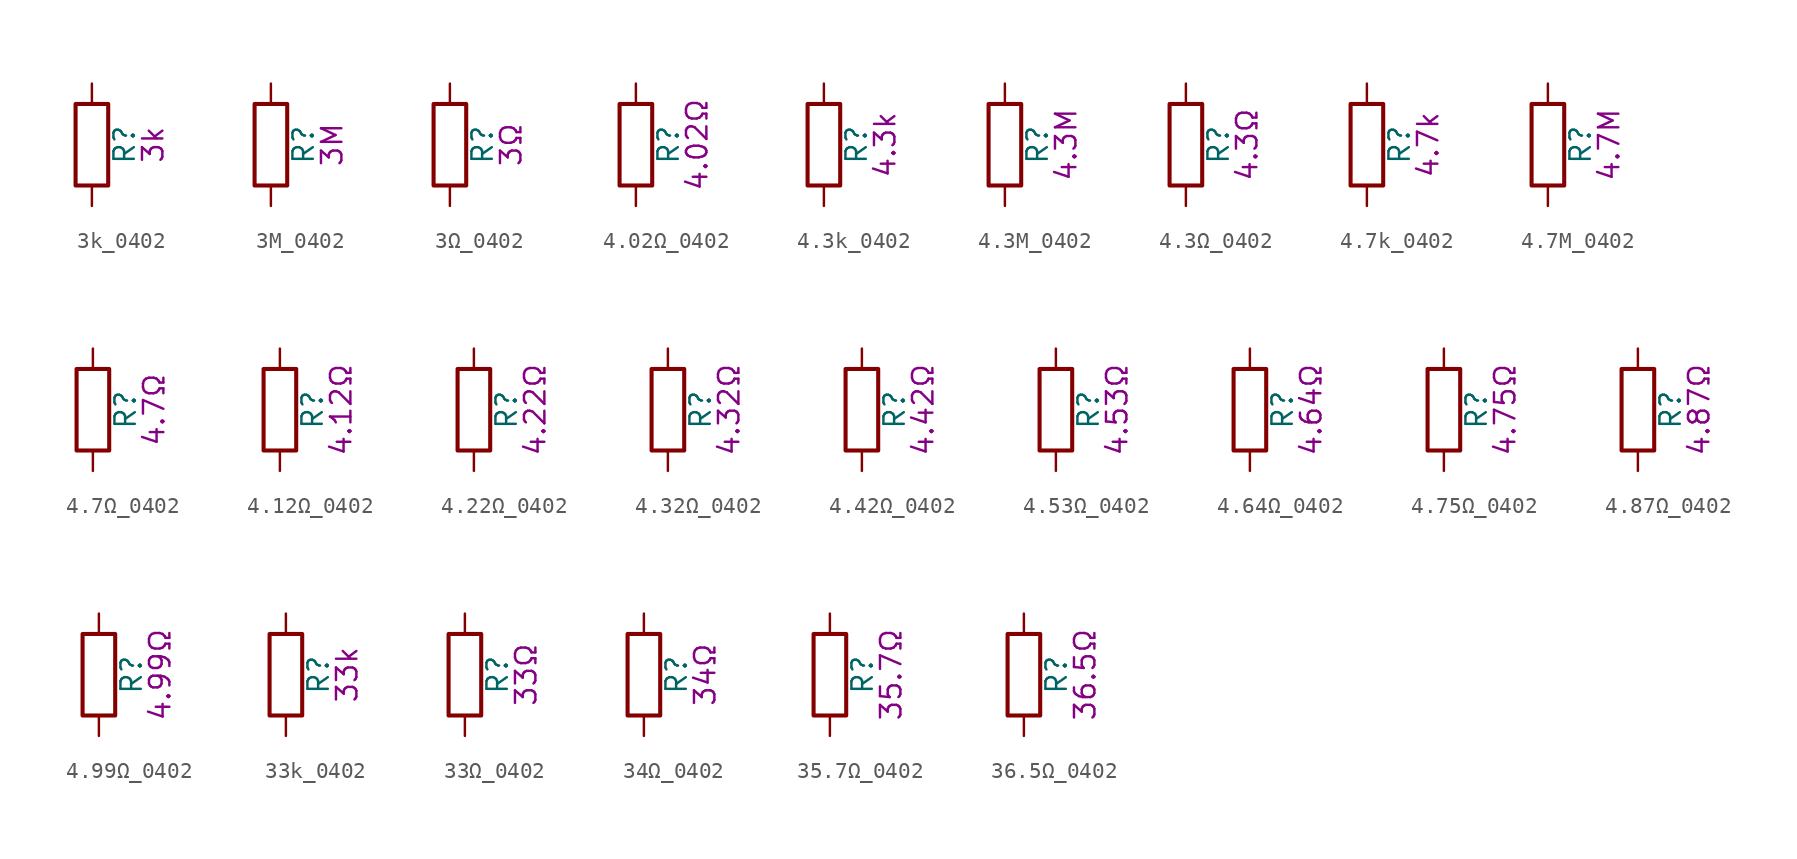
<source format=kicad_sym>
(kicad_symbol_lib
  (version 20211014)
  (generator kicad_symbol_editor)
  (symbol "3k_0402"
    (pin_numbers hide)
    (pin_names
      (offset 0))
    (property "Reference" "R"
      (at 2.032 0 90)
      (effects (font (size 1.27 1.27))))
    (property "Display" "3k"
      (at 3.81 0 90)
      (effects (font (size 1.27 1.27))))
    (symbol "3k_0402_0_1"
      (rectangle (start -1.016 -2.54) (end 1.016 2.54) (stroke (width 0.254) (type default) (color 0 0 0 0)) (fill (type none))))
    (symbol "3k_0402_1_1"
      (pin passive line (at 0 3.81 270) (length 1.27) (name "~" (effects (font (size 1.27 1.27)))) (number "1" (effects (font (size 1.27 1.27)))))
      (pin passive line (at 0 -3.81 90) (length 1.27) (name "~" (effects (font (size 1.27 1.27)))) (number "2" (effects (font (size 1.27 1.27)))))))
  (symbol "3M_0402"
    (pin_numbers hide)
    (pin_names
      (offset 0))
    (property "Reference" "R"
      (at 2.032 0 90)
      (effects (font (size 1.27 1.27))))
    (property "Display" "3M"
      (at 3.81 0 90)
      (effects (font (size 1.27 1.27))))
    (symbol "3M_0402_0_1"
      (rectangle (start -1.016 -2.54) (end 1.016 2.54) (stroke (width 0.254) (type default) (color 0 0 0 0)) (fill (type none))))
    (symbol "3M_0402_1_1"
      (pin passive line (at 0 3.81 270) (length 1.27) (name "~" (effects (font (size 1.27 1.27)))) (number "1" (effects (font (size 1.27 1.27)))))
      (pin passive line (at 0 -3.81 90) (length 1.27) (name "~" (effects (font (size 1.27 1.27)))) (number "2" (effects (font (size 1.27 1.27)))))))
  (symbol "3Ω_0402"
    (pin_numbers hide)
    (pin_names
      (offset 0))
    (property "Reference" "R"
      (at 2.032 0 90)
      (effects (font (size 1.27 1.27))))
    (property "Display" "3Ω"
      (at 3.81 0 90)
      (effects (font (size 1.27 1.27))))
    (symbol "3Ω_0402_0_1"
      (rectangle (start -1.016 -2.54) (end 1.016 2.54) (stroke (width 0.254) (type default) (color 0 0 0 0)) (fill (type none))))
    (symbol "3Ω_0402_1_1"
      (pin passive line (at 0 3.81 270) (length 1.27) (name "~" (effects (font (size 1.27 1.27)))) (number "1" (effects (font (size 1.27 1.27)))))
      (pin passive line (at 0 -3.81 90) (length 1.27) (name "~" (effects (font (size 1.27 1.27)))) (number "2" (effects (font (size 1.27 1.27)))))))
  (symbol "4.02Ω_0402"
    (pin_numbers hide)
    (pin_names
      (offset 0))
    (property "Reference" "R"
      (at 2.032 0 90)
      (effects (font (size 1.27 1.27))))
    (property "Display" "4.02Ω"
      (at 3.81 0 90)
      (effects (font (size 1.27 1.27))))
    (symbol "4.02Ω_0402_0_1"
      (rectangle (start -1.016 -2.54) (end 1.016 2.54) (stroke (width 0.254) (type default) (color 0 0 0 0)) (fill (type none))))
    (symbol "4.02Ω_0402_1_1"
      (pin passive line (at 0 3.81 270) (length 1.27) (name "~" (effects (font (size 1.27 1.27)))) (number "1" (effects (font (size 1.27 1.27)))))
      (pin passive line (at 0 -3.81 90) (length 1.27) (name "~" (effects (font (size 1.27 1.27)))) (number "2" (effects (font (size 1.27 1.27)))))))
  (symbol "4.3k_0402"
    (pin_numbers hide)
    (pin_names
      (offset 0))
    (property "Reference" "R"
      (at 2.032 0 90)
      (effects (font (size 1.27 1.27))))
    (property "Display" "4.3k"
      (at 3.81 0 90)
      (effects (font (size 1.27 1.27))))
    (symbol "4.3k_0402_0_1"
      (rectangle (start -1.016 -2.54) (end 1.016 2.54) (stroke (width 0.254) (type default) (color 0 0 0 0)) (fill (type none))))
    (symbol "4.3k_0402_1_1"
      (pin passive line (at 0 3.81 270) (length 1.27) (name "~" (effects (font (size 1.27 1.27)))) (number "1" (effects (font (size 1.27 1.27)))))
      (pin passive line (at 0 -3.81 90) (length 1.27) (name "~" (effects (font (size 1.27 1.27)))) (number "2" (effects (font (size 1.27 1.27)))))))
  (symbol "4.3M_0402"
    (pin_numbers hide)
    (pin_names
      (offset 0))
    (property "Reference" "R"
      (at 2.032 0 90)
      (effects (font (size 1.27 1.27))))
    (property "Display" "4.3M"
      (at 3.81 0 90)
      (effects (font (size 1.27 1.27))))
    (symbol "4.3M_0402_0_1"
      (rectangle (start -1.016 -2.54) (end 1.016 2.54) (stroke (width 0.254) (type default) (color 0 0 0 0)) (fill (type none))))
    (symbol "4.3M_0402_1_1"
      (pin passive line (at 0 3.81 270) (length 1.27) (name "~" (effects (font (size 1.27 1.27)))) (number "1" (effects (font (size 1.27 1.27)))))
      (pin passive line (at 0 -3.81 90) (length 1.27) (name "~" (effects (font (size 1.27 1.27)))) (number "2" (effects (font (size 1.27 1.27)))))))
  (symbol "4.3Ω_0402"
    (pin_numbers hide)
    (pin_names
      (offset 0))
    (property "Reference" "R"
      (at 2.032 0 90)
      (effects (font (size 1.27 1.27))))
    (property "Display" "4.3Ω"
      (at 3.81 0 90)
      (effects (font (size 1.27 1.27))))
    (symbol "4.3Ω_0402_0_1"
      (rectangle (start -1.016 -2.54) (end 1.016 2.54) (stroke (width 0.254) (type default) (color 0 0 0 0)) (fill (type none))))
    (symbol "4.3Ω_0402_1_1"
      (pin passive line (at 0 3.81 270) (length 1.27) (name "~" (effects (font (size 1.27 1.27)))) (number "1" (effects (font (size 1.27 1.27)))))
      (pin passive line (at 0 -3.81 90) (length 1.27) (name "~" (effects (font (size 1.27 1.27)))) (number "2" (effects (font (size 1.27 1.27)))))))
  (symbol "4.7k_0402"
    (pin_numbers hide)
    (pin_names
      (offset 0))
    (property "Reference" "R"
      (at 2.032 0 90)
      (effects (font (size 1.27 1.27))))
    (property "Display" "4.7k"
      (at 3.81 0 90)
      (effects (font (size 1.27 1.27))))
    (symbol "4.7k_0402_0_1"
      (rectangle (start -1.016 -2.54) (end 1.016 2.54) (stroke (width 0.254) (type default) (color 0 0 0 0)) (fill (type none))))
    (symbol "4.7k_0402_1_1"
      (pin passive line (at 0 3.81 270) (length 1.27) (name "~" (effects (font (size 1.27 1.27)))) (number "1" (effects (font (size 1.27 1.27)))))
      (pin passive line (at 0 -3.81 90) (length 1.27) (name "~" (effects (font (size 1.27 1.27)))) (number "2" (effects (font (size 1.27 1.27)))))))
  (symbol "4.7M_0402"
    (pin_numbers hide)
    (pin_names
      (offset 0))
    (property "Reference" "R"
      (at 2.032 0 90)
      (effects (font (size 1.27 1.27))))
    (property "Display" "4.7M"
      (at 3.81 0 90)
      (effects (font (size 1.27 1.27))))
    (symbol "4.7M_0402_0_1"
      (rectangle (start -1.016 -2.54) (end 1.016 2.54) (stroke (width 0.254) (type default) (color 0 0 0 0)) (fill (type none))))
    (symbol "4.7M_0402_1_1"
      (pin passive line (at 0 3.81 270) (length 1.27) (name "~" (effects (font (size 1.27 1.27)))) (number "1" (effects (font (size 1.27 1.27)))))
      (pin passive line (at 0 -3.81 90) (length 1.27) (name "~" (effects (font (size 1.27 1.27)))) (number "2" (effects (font (size 1.27 1.27)))))))
  (symbol "4.7Ω_0402"
    (pin_numbers hide)
    (pin_names
      (offset 0))
    (property "Reference" "R"
      (at 2.032 0 90)
      (effects (font (size 1.27 1.27))))
    (property "Display" "4.7Ω"
      (at 3.81 0 90)
      (effects (font (size 1.27 1.27))))
    (symbol "4.7Ω_0402_0_1"
      (rectangle (start -1.016 -2.54) (end 1.016 2.54) (stroke (width 0.254) (type default) (color 0 0 0 0)) (fill (type none))))
    (symbol "4.7Ω_0402_1_1"
      (pin passive line (at 0 3.81 270) (length 1.27) (name "~" (effects (font (size 1.27 1.27)))) (number "1" (effects (font (size 1.27 1.27)))))
      (pin passive line (at 0 -3.81 90) (length 1.27) (name "~" (effects (font (size 1.27 1.27)))) (number "2" (effects (font (size 1.27 1.27)))))))
  (symbol "4.12Ω_0402"
    (pin_numbers hide)
    (pin_names
      (offset 0))
    (property "Reference" "R"
      (at 2.032 0 90)
      (effects (font (size 1.27 1.27))))
    (property "Display" "4.12Ω"
      (at 3.81 0 90)
      (effects (font (size 1.27 1.27))))
    (symbol "4.12Ω_0402_0_1"
      (rectangle (start -1.016 -2.54) (end 1.016 2.54) (stroke (width 0.254) (type default) (color 0 0 0 0)) (fill (type none))))
    (symbol "4.12Ω_0402_1_1"
      (pin passive line (at 0 3.81 270) (length 1.27) (name "~" (effects (font (size 1.27 1.27)))) (number "1" (effects (font (size 1.27 1.27)))))
      (pin passive line (at 0 -3.81 90) (length 1.27) (name "~" (effects (font (size 1.27 1.27)))) (number "2" (effects (font (size 1.27 1.27)))))))
  (symbol "4.22Ω_0402"
    (pin_numbers hide)
    (pin_names
      (offset 0))
    (property "Reference" "R"
      (at 2.032 0 90)
      (effects (font (size 1.27 1.27))))
    (property "Display" "4.22Ω"
      (at 3.81 0 90)
      (effects (font (size 1.27 1.27))))
    (symbol "4.22Ω_0402_0_1"
      (rectangle (start -1.016 -2.54) (end 1.016 2.54) (stroke (width 0.254) (type default) (color 0 0 0 0)) (fill (type none))))
    (symbol "4.22Ω_0402_1_1"
      (pin passive line (at 0 3.81 270) (length 1.27) (name "~" (effects (font (size 1.27 1.27)))) (number "1" (effects (font (size 1.27 1.27)))))
      (pin passive line (at 0 -3.81 90) (length 1.27) (name "~" (effects (font (size 1.27 1.27)))) (number "2" (effects (font (size 1.27 1.27)))))))
  (symbol "4.32Ω_0402"
    (pin_numbers hide)
    (pin_names
      (offset 0))
    (property "Reference" "R"
      (at 2.032 0 90)
      (effects (font (size 1.27 1.27))))
    (property "Display" "4.32Ω"
      (at 3.81 0 90)
      (effects (font (size 1.27 1.27))))
    (symbol "4.32Ω_0402_0_1"
      (rectangle (start -1.016 -2.54) (end 1.016 2.54) (stroke (width 0.254) (type default) (color 0 0 0 0)) (fill (type none))))
    (symbol "4.32Ω_0402_1_1"
      (pin passive line (at 0 3.81 270) (length 1.27) (name "~" (effects (font (size 1.27 1.27)))) (number "1" (effects (font (size 1.27 1.27)))))
      (pin passive line (at 0 -3.81 90) (length 1.27) (name "~" (effects (font (size 1.27 1.27)))) (number "2" (effects (font (size 1.27 1.27)))))))
  (symbol "4.42Ω_0402"
    (pin_numbers hide)
    (pin_names
      (offset 0))
    (property "Reference" "R"
      (at 2.032 0 90)
      (effects (font (size 1.27 1.27))))
    (property "Display" "4.42Ω"
      (at 3.81 0 90)
      (effects (font (size 1.27 1.27))))
    (symbol "4.42Ω_0402_0_1"
      (rectangle (start -1.016 -2.54) (end 1.016 2.54) (stroke (width 0.254) (type default) (color 0 0 0 0)) (fill (type none))))
    (symbol "4.42Ω_0402_1_1"
      (pin passive line (at 0 3.81 270) (length 1.27) (name "~" (effects (font (size 1.27 1.27)))) (number "1" (effects (font (size 1.27 1.27)))))
      (pin passive line (at 0 -3.81 90) (length 1.27) (name "~" (effects (font (size 1.27 1.27)))) (number "2" (effects (font (size 1.27 1.27)))))))
  (symbol "4.53Ω_0402"
    (pin_numbers hide)
    (pin_names
      (offset 0))
    (property "Reference" "R"
      (at 2.032 0 90)
      (effects (font (size 1.27 1.27))))
    (property "Display" "4.53Ω"
      (at 3.81 0 90)
      (effects (font (size 1.27 1.27))))
    (symbol "4.53Ω_0402_0_1"
      (rectangle (start -1.016 -2.54) (end 1.016 2.54) (stroke (width 0.254) (type default) (color 0 0 0 0)) (fill (type none))))
    (symbol "4.53Ω_0402_1_1"
      (pin passive line (at 0 3.81 270) (length 1.27) (name "~" (effects (font (size 1.27 1.27)))) (number "1" (effects (font (size 1.27 1.27)))))
      (pin passive line (at 0 -3.81 90) (length 1.27) (name "~" (effects (font (size 1.27 1.27)))) (number "2" (effects (font (size 1.27 1.27)))))))
  (symbol "4.64Ω_0402"
    (pin_numbers hide)
    (pin_names
      (offset 0))
    (property "Reference" "R"
      (at 2.032 0 90)
      (effects (font (size 1.27 1.27))))
    (property "Display" "4.64Ω"
      (at 3.81 0 90)
      (effects (font (size 1.27 1.27))))
    (symbol "4.64Ω_0402_0_1"
      (rectangle (start -1.016 -2.54) (end 1.016 2.54) (stroke (width 0.254) (type default) (color 0 0 0 0)) (fill (type none))))
    (symbol "4.64Ω_0402_1_1"
      (pin passive line (at 0 3.81 270) (length 1.27) (name "~" (effects (font (size 1.27 1.27)))) (number "1" (effects (font (size 1.27 1.27)))))
      (pin passive line (at 0 -3.81 90) (length 1.27) (name "~" (effects (font (size 1.27 1.27)))) (number "2" (effects (font (size 1.27 1.27)))))))
  (symbol "4.75Ω_0402"
    (pin_numbers hide)
    (pin_names
      (offset 0))
    (property "Reference" "R"
      (at 2.032 0 90)
      (effects (font (size 1.27 1.27))))
    (property "Display" "4.75Ω"
      (at 3.81 0 90)
      (effects (font (size 1.27 1.27))))
    (symbol "4.75Ω_0402_0_1"
      (rectangle (start -1.016 -2.54) (end 1.016 2.54) (stroke (width 0.254) (type default) (color 0 0 0 0)) (fill (type none))))
    (symbol "4.75Ω_0402_1_1"
      (pin passive line (at 0 3.81 270) (length 1.27) (name "~" (effects (font (size 1.27 1.27)))) (number "1" (effects (font (size 1.27 1.27)))))
      (pin passive line (at 0 -3.81 90) (length 1.27) (name "~" (effects (font (size 1.27 1.27)))) (number "2" (effects (font (size 1.27 1.27)))))))
  (symbol "4.87Ω_0402"
    (pin_numbers hide)
    (pin_names
      (offset 0))
    (property "Reference" "R"
      (at 2.032 0 90)
      (effects (font (size 1.27 1.27))))
    (property "Display" "4.87Ω"
      (at 3.81 0 90)
      (effects (font (size 1.27 1.27))))
    (symbol "4.87Ω_0402_0_1"
      (rectangle (start -1.016 -2.54) (end 1.016 2.54) (stroke (width 0.254) (type default) (color 0 0 0 0)) (fill (type none))))
    (symbol "4.87Ω_0402_1_1"
      (pin passive line (at 0 3.81 270) (length 1.27) (name "~" (effects (font (size 1.27 1.27)))) (number "1" (effects (font (size 1.27 1.27)))))
      (pin passive line (at 0 -3.81 90) (length 1.27) (name "~" (effects (font (size 1.27 1.27)))) (number "2" (effects (font (size 1.27 1.27)))))))
  (symbol "4.99Ω_0402"
    (pin_numbers hide)
    (pin_names
      (offset 0))
    (property "Reference" "R"
      (at 2.032 0 90)
      (effects (font (size 1.27 1.27))))
    (property "Display" "4.99Ω"
      (at 3.81 0 90)
      (effects (font (size 1.27 1.27))))
    (symbol "4.99Ω_0402_0_1"
      (rectangle (start -1.016 -2.54) (end 1.016 2.54) (stroke (width 0.254) (type default) (color 0 0 0 0)) (fill (type none))))
    (symbol "4.99Ω_0402_1_1"
      (pin passive line (at 0 3.81 270) (length 1.27) (name "~" (effects (font (size 1.27 1.27)))) (number "1" (effects (font (size 1.27 1.27)))))
      (pin passive line (at 0 -3.81 90) (length 1.27) (name "~" (effects (font (size 1.27 1.27)))) (number "2" (effects (font (size 1.27 1.27)))))))
  (symbol "33k_0402"
    (pin_numbers hide)
    (pin_names
      (offset 0))
    (property "Reference" "R"
      (at 2.032 0 90)
      (effects (font (size 1.27 1.27))))
    (property "Display" "33k"
      (at 3.81 0 90)
      (effects (font (size 1.27 1.27))))
    (symbol "33k_0402_0_1"
      (rectangle (start -1.016 -2.54) (end 1.016 2.54) (stroke (width 0.254) (type default) (color 0 0 0 0)) (fill (type none))))
    (symbol "33k_0402_1_1"
      (pin passive line (at 0 3.81 270) (length 1.27) (name "~" (effects (font (size 1.27 1.27)))) (number "1" (effects (font (size 1.27 1.27)))))
      (pin passive line (at 0 -3.81 90) (length 1.27) (name "~" (effects (font (size 1.27 1.27)))) (number "2" (effects (font (size 1.27 1.27)))))))
  (symbol "33Ω_0402"
    (pin_numbers hide)
    (pin_names
      (offset 0))
    (property "Reference" "R"
      (at 2.032 0 90)
      (effects (font (size 1.27 1.27))))
    (property "Display" "33Ω"
      (at 3.81 0 90)
      (effects (font (size 1.27 1.27))))
    (symbol "33Ω_0402_0_1"
      (rectangle (start -1.016 -2.54) (end 1.016 2.54) (stroke (width 0.254) (type default) (color 0 0 0 0)) (fill (type none))))
    (symbol "33Ω_0402_1_1"
      (pin passive line (at 0 3.81 270) (length 1.27) (name "~" (effects (font (size 1.27 1.27)))) (number "1" (effects (font (size 1.27 1.27)))))
      (pin passive line (at 0 -3.81 90) (length 1.27) (name "~" (effects (font (size 1.27 1.27)))) (number "2" (effects (font (size 1.27 1.27)))))))
  (symbol "34Ω_0402"
    (pin_numbers hide)
    (pin_names
      (offset 0))
    (property "Reference" "R"
      (at 2.032 0 90)
      (effects (font (size 1.27 1.27))))
    (property "Display" "34Ω"
      (at 3.81 0 90)
      (effects (font (size 1.27 1.27))))
    (symbol "34Ω_0402_0_1"
      (rectangle (start -1.016 -2.54) (end 1.016 2.54) (stroke (width 0.254) (type default) (color 0 0 0 0)) (fill (type none))))
    (symbol "34Ω_0402_1_1"
      (pin passive line (at 0 3.81 270) (length 1.27) (name "~" (effects (font (size 1.27 1.27)))) (number "1" (effects (font (size 1.27 1.27)))))
      (pin passive line (at 0 -3.81 90) (length 1.27) (name "~" (effects (font (size 1.27 1.27)))) (number "2" (effects (font (size 1.27 1.27)))))))
  (symbol "35.7Ω_0402"
    (pin_numbers hide)
    (pin_names
      (offset 0))
    (property "Reference" "R"
      (at 2.032 0 90)
      (effects (font (size 1.27 1.27))))
    (property "Display" "35.7Ω"
      (at 3.81 0 90)
      (effects (font (size 1.27 1.27))))
    (symbol "35.7Ω_0402_0_1"
      (rectangle (start -1.016 -2.54) (end 1.016 2.54) (stroke (width 0.254) (type default) (color 0 0 0 0)) (fill (type none))))
    (symbol "35.7Ω_0402_1_1"
      (pin passive line (at 0 3.81 270) (length 1.27) (name "~" (effects (font (size 1.27 1.27)))) (number "1" (effects (font (size 1.27 1.27)))))
      (pin passive line (at 0 -3.81 90) (length 1.27) (name "~" (effects (font (size 1.27 1.27)))) (number "2" (effects (font (size 1.27 1.27)))))))
  (symbol "36.5Ω_0402"
    (pin_numbers hide)
    (pin_names
      (offset 0))
    (property "Reference" "R"
      (at 2.032 0 90)
      (effects (font (size 1.27 1.27))))
    (property "Display" "36.5Ω"
      (at 3.81 0 90)
      (effects (font (size 1.27 1.27))))
    (symbol "36.5Ω_0402_0_1"
      (rectangle (start -1.016 -2.54) (end 1.016 2.54) (stroke (width 0.254) (type default) (color 0 0 0 0)) (fill (type none))))
    (symbol "36.5Ω_0402_1_1"
      (pin passive line (at 0 3.81 270) (length 1.27) (name "~" (effects (font (size 1.27 1.27)))) (number "1" (effects (font (size 1.27 1.27)))))
      (pin passive line (at 0 -3.81 90) (length 1.27) (name "~" (effects (font (size 1.27 1.27)))) (number "2" (effects (font (size 1.27 1.27))))))))
</source>
